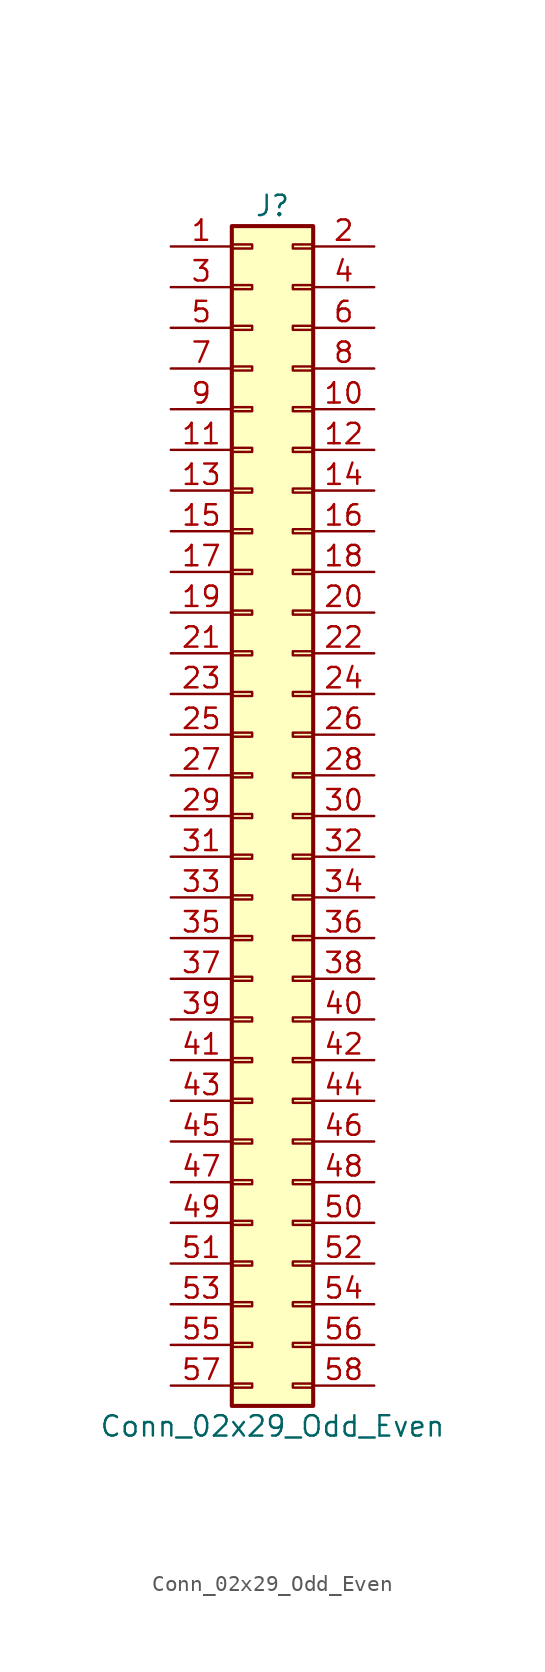
<source format=kicad_sym>
(kicad_symbol_lib
  (version 20220914)
  (generator kicad_symbol_editor)
  (symbol "Conn_02x29_Odd_Even"
    (pin_names
      (offset 1.016) hide)
    (property "Reference" "J"
      (at 1.27 38.1 0)
      (effects (font (size 1.27 1.27))))
    (property "Value" "Conn_02x29_Odd_Even"
      (at 1.27 -38.1 0)
      (effects (font (size 1.27 1.27))))
    (symbol "Conn_02x29_Odd_Even_1_1"
      (rectangle (start -1.27 -35.433) (end 0 -35.687) (stroke (width 0.152) (type solid)) (fill (type none)))
      (rectangle (start -1.27 -32.893) (end 0 -33.147) (stroke (width 0.152) (type solid)) (fill (type none)))
      (rectangle (start -1.27 -30.353) (end 0 -30.607) (stroke (width 0.152) (type solid)) (fill (type none)))
      (rectangle (start -1.27 -27.813) (end 0 -28.067) (stroke (width 0.152) (type solid)) (fill (type none)))
      (rectangle (start -1.27 -25.273) (end 0 -25.527) (stroke (width 0.152) (type solid)) (fill (type none)))
      (rectangle (start -1.27 -22.733) (end 0 -22.987) (stroke (width 0.152) (type solid)) (fill (type none)))
      (rectangle (start -1.27 -20.193) (end 0 -20.447) (stroke (width 0.152) (type solid)) (fill (type none)))
      (rectangle (start -1.27 -17.653) (end 0 -17.907) (stroke (width 0.152) (type solid)) (fill (type none)))
      (rectangle (start -1.27 -15.113) (end 0 -15.367) (stroke (width 0.152) (type solid)) (fill (type none)))
      (rectangle (start -1.27 -12.573) (end 0 -12.827) (stroke (width 0.152) (type solid)) (fill (type none)))
      (rectangle (start -1.27 -10.033) (end 0 -10.287) (stroke (width 0.152) (type solid)) (fill (type none)))
      (rectangle (start -1.27 -7.493) (end 0 -7.747) (stroke (width 0.152) (type solid)) (fill (type none)))
      (rectangle (start -1.27 -4.953) (end 0 -5.207) (stroke (width 0.152) (type solid)) (fill (type none)))
      (rectangle (start -1.27 -2.413) (end 0 -2.667) (stroke (width 0.152) (type solid)) (fill (type none)))
      (rectangle (start -1.27 0.127) (end 0 -0.127) (stroke (width 0.152) (type solid)) (fill (type none)))
      (rectangle (start -1.27 2.667) (end 0 2.413) (stroke (width 0.152) (type solid)) (fill (type none)))
      (rectangle (start -1.27 5.207) (end 0 4.953) (stroke (width 0.152) (type solid)) (fill (type none)))
      (rectangle (start -1.27 7.747) (end 0 7.493) (stroke (width 0.152) (type solid)) (fill (type none)))
      (rectangle (start -1.27 10.287) (end 0 10.033) (stroke (width 0.152) (type solid)) (fill (type none)))
      (rectangle (start -1.27 12.827) (end 0 12.573) (stroke (width 0.152) (type solid)) (fill (type none)))
      (rectangle (start -1.27 15.367) (end 0 15.113) (stroke (width 0.152) (type solid)) (fill (type none)))
      (rectangle (start -1.27 17.907) (end 0 17.653) (stroke (width 0.152) (type solid)) (fill (type none)))
      (rectangle (start -1.27 20.447) (end 0 20.193) (stroke (width 0.152) (type solid)) (fill (type none)))
      (rectangle (start -1.27 22.987) (end 0 22.733) (stroke (width 0.152) (type solid)) (fill (type none)))
      (rectangle (start -1.27 25.527) (end 0 25.273) (stroke (width 0.152) (type solid)) (fill (type none)))
      (rectangle (start -1.27 28.067) (end 0 27.813) (stroke (width 0.152) (type solid)) (fill (type none)))
      (rectangle (start -1.27 30.607) (end 0 30.353) (stroke (width 0.152) (type solid)) (fill (type none)))
      (rectangle (start -1.27 33.147) (end 0 32.893) (stroke (width 0.152) (type solid)) (fill (type none)))
      (rectangle (start -1.27 35.687) (end 0 35.433) (stroke (width 0.152) (type solid)) (fill (type none)))
      (rectangle (start -1.27 36.83) (end 3.81 -36.83) (stroke (width 0.254) (type solid)) (fill (type background)))
      (rectangle (start 3.81 -35.433) (end 2.54 -35.687) (stroke (width 0.152) (type solid)) (fill (type none)))
      (rectangle (start 3.81 -32.893) (end 2.54 -33.147) (stroke (width 0.152) (type solid)) (fill (type none)))
      (rectangle (start 3.81 -30.353) (end 2.54 -30.607) (stroke (width 0.152) (type solid)) (fill (type none)))
      (rectangle (start 3.81 -27.813) (end 2.54 -28.067) (stroke (width 0.152) (type solid)) (fill (type none)))
      (rectangle (start 3.81 -25.273) (end 2.54 -25.527) (stroke (width 0.152) (type solid)) (fill (type none)))
      (rectangle (start 3.81 -22.733) (end 2.54 -22.987) (stroke (width 0.152) (type solid)) (fill (type none)))
      (rectangle (start 3.81 -20.193) (end 2.54 -20.447) (stroke (width 0.152) (type solid)) (fill (type none)))
      (rectangle (start 3.81 -17.653) (end 2.54 -17.907) (stroke (width 0.152) (type solid)) (fill (type none)))
      (rectangle (start 3.81 -15.113) (end 2.54 -15.367) (stroke (width 0.152) (type solid)) (fill (type none)))
      (rectangle (start 3.81 -12.573) (end 2.54 -12.827) (stroke (width 0.152) (type solid)) (fill (type none)))
      (rectangle (start 3.81 -10.033) (end 2.54 -10.287) (stroke (width 0.152) (type solid)) (fill (type none)))
      (rectangle (start 3.81 -7.493) (end 2.54 -7.747) (stroke (width 0.152) (type solid)) (fill (type none)))
      (rectangle (start 3.81 -4.953) (end 2.54 -5.207) (stroke (width 0.152) (type solid)) (fill (type none)))
      (rectangle (start 3.81 -2.413) (end 2.54 -2.667) (stroke (width 0.152) (type solid)) (fill (type none)))
      (rectangle (start 3.81 0.127) (end 2.54 -0.127) (stroke (width 0.152) (type solid)) (fill (type none)))
      (rectangle (start 3.81 2.667) (end 2.54 2.413) (stroke (width 0.152) (type solid)) (fill (type none)))
      (rectangle (start 3.81 5.207) (end 2.54 4.953) (stroke (width 0.152) (type solid)) (fill (type none)))
      (rectangle (start 3.81 7.747) (end 2.54 7.493) (stroke (width 0.152) (type solid)) (fill (type none)))
      (rectangle (start 3.81 10.287) (end 2.54 10.033) (stroke (width 0.152) (type solid)) (fill (type none)))
      (rectangle (start 3.81 12.827) (end 2.54 12.573) (stroke (width 0.152) (type solid)) (fill (type none)))
      (rectangle (start 3.81 15.367) (end 2.54 15.113) (stroke (width 0.152) (type solid)) (fill (type none)))
      (rectangle (start 3.81 17.907) (end 2.54 17.653) (stroke (width 0.152) (type solid)) (fill (type none)))
      (rectangle (start 3.81 20.447) (end 2.54 20.193) (stroke (width 0.152) (type solid)) (fill (type none)))
      (rectangle (start 3.81 22.987) (end 2.54 22.733) (stroke (width 0.152) (type solid)) (fill (type none)))
      (rectangle (start 3.81 25.527) (end 2.54 25.273) (stroke (width 0.152) (type solid)) (fill (type none)))
      (rectangle (start 3.81 28.067) (end 2.54 27.813) (stroke (width 0.152) (type solid)) (fill (type none)))
      (rectangle (start 3.81 30.607) (end 2.54 30.353) (stroke (width 0.152) (type solid)) (fill (type none)))
      (rectangle (start 3.81 33.147) (end 2.54 32.893) (stroke (width 0.152) (type solid)) (fill (type none)))
      (rectangle (start 3.81 35.687) (end 2.54 35.433) (stroke (width 0.152) (type solid)) (fill (type none)))
      (pin passive line (at -5.08 35.56 0) (length 3.81) (name "Pin_1" (effects (font (size 1.27 1.27)))) (number "1" (effects (font (size 1.27 1.27)))))
      (pin passive line (at 7.62 25.4 180) (length 3.81) (name "Pin_10" (effects (font (size 1.27 1.27)))) (number "10" (effects (font (size 1.27 1.27)))))
      (pin passive line (at -5.08 22.86 0) (length 3.81) (name "Pin_11" (effects (font (size 1.27 1.27)))) (number "11" (effects (font (size 1.27 1.27)))))
      (pin passive line (at 7.62 22.86 180) (length 3.81) (name "Pin_12" (effects (font (size 1.27 1.27)))) (number "12" (effects (font (size 1.27 1.27)))))
      (pin passive line (at -5.08 20.32 0) (length 3.81) (name "Pin_13" (effects (font (size 1.27 1.27)))) (number "13" (effects (font (size 1.27 1.27)))))
      (pin passive line (at 7.62 20.32 180) (length 3.81) (name "Pin_14" (effects (font (size 1.27 1.27)))) (number "14" (effects (font (size 1.27 1.27)))))
      (pin passive line (at -5.08 17.78 0) (length 3.81) (name "Pin_15" (effects (font (size 1.27 1.27)))) (number "15" (effects (font (size 1.27 1.27)))))
      (pin passive line (at 7.62 17.78 180) (length 3.81) (name "Pin_16" (effects (font (size 1.27 1.27)))) (number "16" (effects (font (size 1.27 1.27)))))
      (pin passive line (at -5.08 15.24 0) (length 3.81) (name "Pin_17" (effects (font (size 1.27 1.27)))) (number "17" (effects (font (size 1.27 1.27)))))
      (pin passive line (at 7.62 15.24 180) (length 3.81) (name "Pin_18" (effects (font (size 1.27 1.27)))) (number "18" (effects (font (size 1.27 1.27)))))
      (pin passive line (at -5.08 12.7 0) (length 3.81) (name "Pin_19" (effects (font (size 1.27 1.27)))) (number "19" (effects (font (size 1.27 1.27)))))
      (pin passive line (at 7.62 35.56 180) (length 3.81) (name "Pin_2" (effects (font (size 1.27 1.27)))) (number "2" (effects (font (size 1.27 1.27)))))
      (pin passive line (at 7.62 12.7 180) (length 3.81) (name "Pin_20" (effects (font (size 1.27 1.27)))) (number "20" (effects (font (size 1.27 1.27)))))
      (pin passive line (at -5.08 10.16 0) (length 3.81) (name "Pin_21" (effects (font (size 1.27 1.27)))) (number "21" (effects (font (size 1.27 1.27)))))
      (pin passive line (at 7.62 10.16 180) (length 3.81) (name "Pin_22" (effects (font (size 1.27 1.27)))) (number "22" (effects (font (size 1.27 1.27)))))
      (pin passive line (at -5.08 7.62 0) (length 3.81) (name "Pin_23" (effects (font (size 1.27 1.27)))) (number "23" (effects (font (size 1.27 1.27)))))
      (pin passive line (at 7.62 7.62 180) (length 3.81) (name "Pin_24" (effects (font (size 1.27 1.27)))) (number "24" (effects (font (size 1.27 1.27)))))
      (pin passive line (at -5.08 5.08 0) (length 3.81) (name "Pin_25" (effects (font (size 1.27 1.27)))) (number "25" (effects (font (size 1.27 1.27)))))
      (pin passive line (at 7.62 5.08 180) (length 3.81) (name "Pin_26" (effects (font (size 1.27 1.27)))) (number "26" (effects (font (size 1.27 1.27)))))
      (pin passive line (at -5.08 2.54 0) (length 3.81) (name "Pin_27" (effects (font (size 1.27 1.27)))) (number "27" (effects (font (size 1.27 1.27)))))
      (pin passive line (at 7.62 2.54 180) (length 3.81) (name "Pin_28" (effects (font (size 1.27 1.27)))) (number "28" (effects (font (size 1.27 1.27)))))
      (pin passive line (at -5.08 0 0) (length 3.81) (name "Pin_29" (effects (font (size 1.27 1.27)))) (number "29" (effects (font (size 1.27 1.27)))))
      (pin passive line (at -5.08 33.02 0) (length 3.81) (name "Pin_3" (effects (font (size 1.27 1.27)))) (number "3" (effects (font (size 1.27 1.27)))))
      (pin passive line (at 7.62 0 180) (length 3.81) (name "Pin_30" (effects (font (size 1.27 1.27)))) (number "30" (effects (font (size 1.27 1.27)))))
      (pin passive line (at -5.08 -2.54 0) (length 3.81) (name "Pin_31" (effects (font (size 1.27 1.27)))) (number "31" (effects (font (size 1.27 1.27)))))
      (pin passive line (at 7.62 -2.54 180) (length 3.81) (name "Pin_32" (effects (font (size 1.27 1.27)))) (number "32" (effects (font (size 1.27 1.27)))))
      (pin passive line (at -5.08 -5.08 0) (length 3.81) (name "Pin_33" (effects (font (size 1.27 1.27)))) (number "33" (effects (font (size 1.27 1.27)))))
      (pin passive line (at 7.62 -5.08 180) (length 3.81) (name "Pin_34" (effects (font (size 1.27 1.27)))) (number "34" (effects (font (size 1.27 1.27)))))
      (pin passive line (at -5.08 -7.62 0) (length 3.81) (name "Pin_35" (effects (font (size 1.27 1.27)))) (number "35" (effects (font (size 1.27 1.27)))))
      (pin passive line (at 7.62 -7.62 180) (length 3.81) (name "Pin_36" (effects (font (size 1.27 1.27)))) (number "36" (effects (font (size 1.27 1.27)))))
      (pin passive line (at -5.08 -10.16 0) (length 3.81) (name "Pin_37" (effects (font (size 1.27 1.27)))) (number "37" (effects (font (size 1.27 1.27)))))
      (pin passive line (at 7.62 -10.16 180) (length 3.81) (name "Pin_38" (effects (font (size 1.27 1.27)))) (number "38" (effects (font (size 1.27 1.27)))))
      (pin passive line (at -5.08 -12.7 0) (length 3.81) (name "Pin_39" (effects (font (size 1.27 1.27)))) (number "39" (effects (font (size 1.27 1.27)))))
      (pin passive line (at 7.62 33.02 180) (length 3.81) (name "Pin_4" (effects (font (size 1.27 1.27)))) (number "4" (effects (font (size 1.27 1.27)))))
      (pin passive line (at 7.62 -12.7 180) (length 3.81) (name "Pin_40" (effects (font (size 1.27 1.27)))) (number "40" (effects (font (size 1.27 1.27)))))
      (pin passive line (at -5.08 -15.24 0) (length 3.81) (name "Pin_41" (effects (font (size 1.27 1.27)))) (number "41" (effects (font (size 1.27 1.27)))))
      (pin passive line (at 7.62 -15.24 180) (length 3.81) (name "Pin_42" (effects (font (size 1.27 1.27)))) (number "42" (effects (font (size 1.27 1.27)))))
      (pin passive line (at -5.08 -17.78 0) (length 3.81) (name "Pin_43" (effects (font (size 1.27 1.27)))) (number "43" (effects (font (size 1.27 1.27)))))
      (pin passive line (at 7.62 -17.78 180) (length 3.81) (name "Pin_44" (effects (font (size 1.27 1.27)))) (number "44" (effects (font (size 1.27 1.27)))))
      (pin passive line (at -5.08 -20.32 0) (length 3.81) (name "Pin_45" (effects (font (size 1.27 1.27)))) (number "45" (effects (font (size 1.27 1.27)))))
      (pin passive line (at 7.62 -20.32 180) (length 3.81) (name "Pin_46" (effects (font (size 1.27 1.27)))) (number "46" (effects (font (size 1.27 1.27)))))
      (pin passive line (at -5.08 -22.86 0) (length 3.81) (name "Pin_47" (effects (font (size 1.27 1.27)))) (number "47" (effects (font (size 1.27 1.27)))))
      (pin passive line (at 7.62 -22.86 180) (length 3.81) (name "Pin_48" (effects (font (size 1.27 1.27)))) (number "48" (effects (font (size 1.27 1.27)))))
      (pin passive line (at -5.08 -25.4 0) (length 3.81) (name "Pin_49" (effects (font (size 1.27 1.27)))) (number "49" (effects (font (size 1.27 1.27)))))
      (pin passive line (at -5.08 30.48 0) (length 3.81) (name "Pin_5" (effects (font (size 1.27 1.27)))) (number "5" (effects (font (size 1.27 1.27)))))
      (pin passive line (at 7.62 -25.4 180) (length 3.81) (name "Pin_50" (effects (font (size 1.27 1.27)))) (number "50" (effects (font (size 1.27 1.27)))))
      (pin passive line (at -5.08 -27.94 0) (length 3.81) (name "Pin_51" (effects (font (size 1.27 1.27)))) (number "51" (effects (font (size 1.27 1.27)))))
      (pin passive line (at 7.62 -27.94 180) (length 3.81) (name "Pin_52" (effects (font (size 1.27 1.27)))) (number "52" (effects (font (size 1.27 1.27)))))
      (pin passive line (at -5.08 -30.48 0) (length 3.81) (name "Pin_53" (effects (font (size 1.27 1.27)))) (number "53" (effects (font (size 1.27 1.27)))))
      (pin passive line (at 7.62 -30.48 180) (length 3.81) (name "Pin_54" (effects (font (size 1.27 1.27)))) (number "54" (effects (font (size 1.27 1.27)))))
      (pin passive line (at -5.08 -33.02 0) (length 3.81) (name "Pin_55" (effects (font (size 1.27 1.27)))) (number "55" (effects (font (size 1.27 1.27)))))
      (pin passive line (at 7.62 -33.02 180) (length 3.81) (name "Pin_56" (effects (font (size 1.27 1.27)))) (number "56" (effects (font (size 1.27 1.27)))))
      (pin passive line (at -5.08 -35.56 0) (length 3.81) (name "Pin_57" (effects (font (size 1.27 1.27)))) (number "57" (effects (font (size 1.27 1.27)))))
      (pin passive line (at 7.62 -35.56 180) (length 3.81) (name "Pin_58" (effects (font (size 1.27 1.27)))) (number "58" (effects (font (size 1.27 1.27)))))
      (pin passive line (at 7.62 30.48 180) (length 3.81) (name "Pin_6" (effects (font (size 1.27 1.27)))) (number "6" (effects (font (size 1.27 1.27)))))
      (pin passive line (at -5.08 27.94 0) (length 3.81) (name "Pin_7" (effects (font (size 1.27 1.27)))) (number "7" (effects (font (size 1.27 1.27)))))
      (pin passive line (at 7.62 27.94 180) (length 3.81) (name "Pin_8" (effects (font (size 1.27 1.27)))) (number "8" (effects (font (size 1.27 1.27)))))
      (pin passive line (at -5.08 25.4 0) (length 3.81) (name "Pin_9" (effects (font (size 1.27 1.27)))) (number "9" (effects (font (size 1.27 1.27))))))))
</source>
